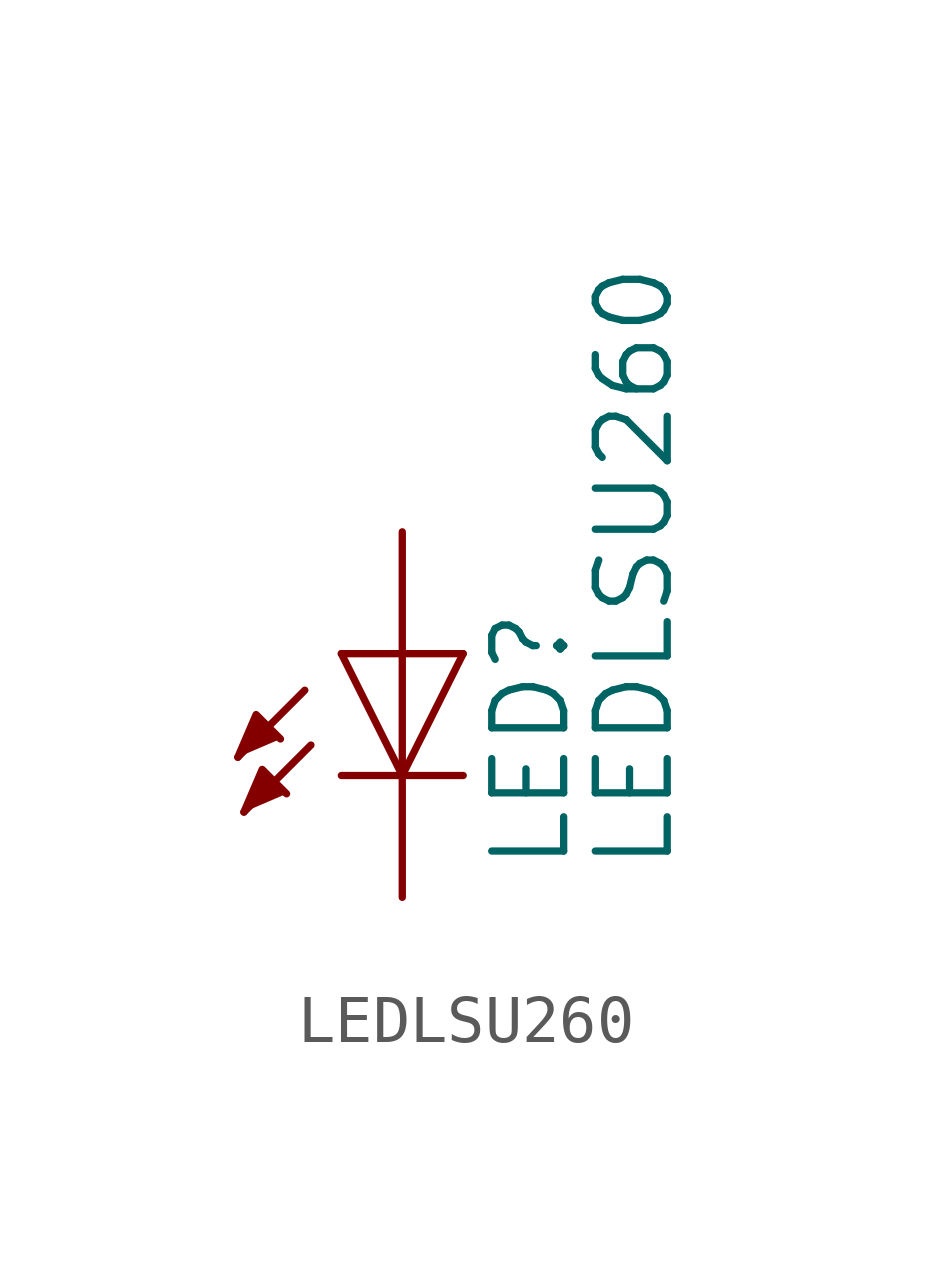
<source format=kicad_sym>
(kicad_symbol_lib
  (version 20211014)
  (generator kicad_symbol_editor)
  (symbol "LEDLSU260"
    (pin_names
      (offset 1.016))
    (property "Reference" "LED"
      (at 3.556 -4.572 90)
      (effects (font (size 1.499 1.499)) (justify left bottom)))
    (property "Value" "LEDLSU260"
      (at 5.715 -4.572 90)
      (effects (font (size 1.499 1.499)) (justify left bottom)))
    (property "ki_locked" ""
      (at 0 0 0)
      (effects (font (size 1.27 1.27))))
    (symbol "LEDLSU260_1_0"
      (polyline (pts (xy -2.032 -0.762) (xy -3.429 -2.159)) (stroke (width 0) (type default) (color 0 0 0 0)) (fill (type none)))
      (polyline (pts (xy -1.905 -1.905) (xy -3.302 -3.302)) (stroke (width 0) (type default) (color 0 0 0 0)) (fill (type none)))
      (polyline (pts (xy 0 -2.54) (xy -1.27 -2.54)) (stroke (width 0) (type default) (color 0 0 0 0)) (fill (type none)))
      (polyline (pts (xy 0 -2.54) (xy -1.27 0)) (stroke (width 0) (type default) (color 0 0 0 0)) (fill (type none)))
      (polyline (pts (xy 0 0) (xy -1.27 0)) (stroke (width 0) (type default) (color 0 0 0 0)) (fill (type none)))
      (polyline (pts (xy 0 0) (xy 0 -2.54)) (stroke (width 0) (type default) (color 0 0 0 0)) (fill (type none)))
      (polyline (pts (xy 1.27 -2.54) (xy 0 -2.54)) (stroke (width 0) (type default) (color 0 0 0 0)) (fill (type none)))
      (polyline (pts (xy 1.27 0) (xy 0 -2.54)) (stroke (width 0) (type default) (color 0 0 0 0)) (fill (type none)))
      (polyline (pts (xy 1.27 0) (xy 0 0)) (stroke (width 0) (type default) (color 0 0 0 0)) (fill (type none)))
      (polyline (pts (xy -3.429 -2.159) (xy -3.048 -1.27) (xy -2.54 -1.778)) (stroke (width 0) (type default) (color 0 0 0 0)) (fill (type outline)))
      (polyline (pts (xy -3.302 -3.302) (xy -2.921 -2.413) (xy -2.413 -2.921)) (stroke (width 0) (type default) (color 0 0 0 0)) (fill (type outline)))
      (pin passive line (at 0 2.54 270) (length 2.54) (name "A" (effects (font (size 0 0)))) (number "A" (effects (font (size 0 0)))))
      (pin passive line (at 0 -5.08 90) (length 2.54) (name "C" (effects (font (size 0 0)))) (number "K" (effects (font (size 0 0))))))))
</source>
